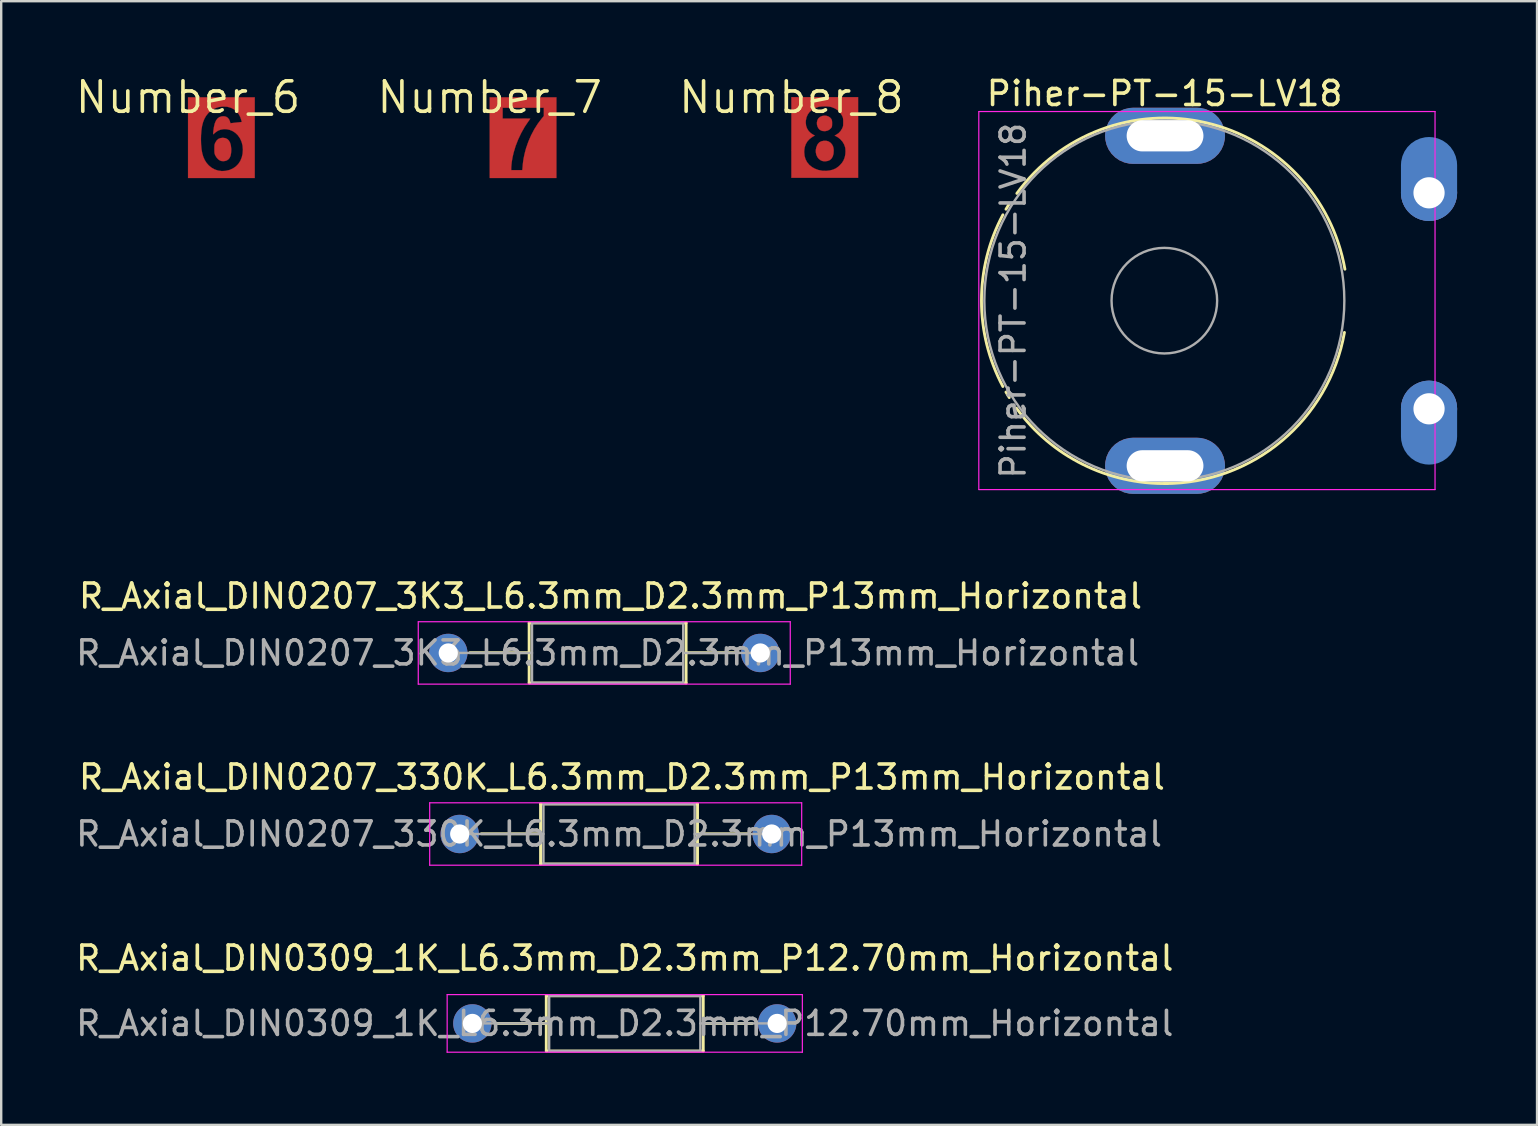
<source format=kicad_pcb>
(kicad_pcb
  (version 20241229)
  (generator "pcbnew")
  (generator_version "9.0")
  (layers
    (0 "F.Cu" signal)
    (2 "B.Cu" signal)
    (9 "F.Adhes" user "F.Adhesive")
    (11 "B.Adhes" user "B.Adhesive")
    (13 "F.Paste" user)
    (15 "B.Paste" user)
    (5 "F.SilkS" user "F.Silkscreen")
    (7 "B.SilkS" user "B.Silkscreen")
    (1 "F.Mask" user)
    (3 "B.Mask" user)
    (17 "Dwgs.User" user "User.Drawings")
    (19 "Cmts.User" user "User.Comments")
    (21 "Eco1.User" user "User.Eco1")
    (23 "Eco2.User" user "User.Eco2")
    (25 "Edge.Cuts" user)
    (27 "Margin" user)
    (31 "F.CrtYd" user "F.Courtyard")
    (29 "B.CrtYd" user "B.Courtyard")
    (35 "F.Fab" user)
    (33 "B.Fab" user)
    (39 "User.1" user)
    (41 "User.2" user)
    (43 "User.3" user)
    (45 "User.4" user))
  (footprint "Number_6"
    (layer "F.Cu")
    (at 4.785 1.006)
    (property "Reference" "Number_6" (at 0 0 0) (layer "F.SilkS") (effects (font (size 1.27 1.27) (thickness 0.15))))
    (attr smd board_only exclude_from_bom allow_missing_courtyard)
    (fp_poly (pts (xy 1.452 1.686) (xy 1.552 1.699) (xy 1.635 1.737) (xy 1.701 1.799) (xy 1.75 1.886) (xy 1.783 1.996) (xy 1.798 2.131) (xy 1.8 2.189) (xy 1.793 2.32) (xy 1.774 2.426) (xy 1.74 2.51) (xy 1.69 2.575) (xy 1.624 2.624) (xy 1.612 2.63) (xy 1.549 2.651) (xy 1.473 2.659) (xy 1.397 2.654) (xy 1.335 2.635) (xy 1.334 2.635) (xy 1.263 2.586) (xy 1.196 2.516) (xy 1.143 2.434) (xy 1.137 2.421) (xy 1.121 2.384) (xy 1.109 2.349) (xy 1.103 2.31) (xy 1.099 2.259) (xy 1.098 2.188) (xy 1.098 2.152) (xy 1.099 2.072) (xy 1.101 2.015) (xy 1.106 1.972) (xy 1.115 1.938) (xy 1.129 1.903) (xy 1.14 1.88) (xy 1.195 1.794) (xy 1.264 1.733) (xy 1.349 1.698) (xy 1.452 1.686) (xy 1.452 1.686)) (stroke (width 0.01) (type solid)) (fill yes) (layer "F.Cu"))
    (fp_poly (pts (xy 2.779 3.362) (xy 0 3.362) (xy 0 1.755) (xy 0.538 1.755) (xy 0.544 1.971) (xy 0.562 2.163) (xy 0.592 2.331) (xy 0.636 2.479) (xy 0.694 2.61) (xy 0.767 2.726) (xy 0.856 2.829) (xy 0.859 2.832) (xy 0.979 2.931) (xy 1.112 3.005) (xy 1.255 3.052) (xy 1.406 3.072) (xy 1.562 3.064) (xy 1.72 3.028) (xy 1.732 3.024) (xy 1.872 2.962) (xy 1.994 2.878) (xy 2.096 2.773) (xy 2.178 2.649) (xy 2.237 2.507) (xy 2.274 2.35) (xy 2.286 2.184) (xy 2.273 2.016) (xy 2.233 1.858) (xy 2.168 1.714) (xy 2.079 1.585) (xy 2.07 1.574) (xy 1.968 1.477) (xy 1.854 1.404) (xy 1.733 1.354) (xy 1.607 1.327) (xy 1.48 1.325) (xy 1.357 1.347) (xy 1.241 1.394) (xy 1.136 1.467) (xy 1.122 1.479) (xy 1.086 1.511) (xy 1.06 1.533) (xy 1.05 1.539) (xy 1.047 1.525) (xy 1.048 1.488) (xy 1.053 1.434) (xy 1.06 1.368) (xy 1.07 1.297) (xy 1.081 1.226) (xy 1.086 1.203) (xy 1.12 1.07) (xy 1.167 0.963) (xy 1.229 0.882) (xy 1.304 0.825) (xy 1.395 0.794) (xy 1.4 0.793) (xy 1.498 0.787) (xy 1.585 0.807) (xy 1.656 0.852) (xy 1.711 0.921) (xy 1.742 0.995) (xy 1.766 1.079) (xy 1.843 1.07) (xy 1.891 1.065) (xy 1.959 1.057) (xy 2.035 1.049) (xy 2.08 1.044) (xy 2.241 1.027) (xy 2.231 0.988) (xy 2.182 0.833) (xy 2.113 0.7) (xy 2.025 0.589) (xy 1.919 0.501) (xy 1.795 0.437) (xy 1.656 0.397) (xy 1.606 0.39) (xy 1.438 0.383) (xy 1.279 0.405) (xy 1.13 0.454) (xy 0.993 0.532) (xy 0.866 0.636) (xy 0.832 0.671) (xy 0.749 0.776) (xy 0.68 0.897) (xy 0.626 1.034) (xy 0.585 1.19) (xy 0.557 1.368) (xy 0.542 1.569) (xy 0.538 1.755) (xy 0 1.755) (xy 0 0) (xy 2.779 0) (xy 2.779 3.362)) (stroke (width 0.01) (type solid)) (fill yes) (layer "F.Cu")))
  (footprint "Number_7"
    (layer "F.Cu")
    (at 17.355 1.006)
    (property "Reference" "Number_7" (at 0 0 0) (layer "F.SilkS") (effects (font (size 1.27 1.27) (thickness 0.15))))
    (attr smd board_only exclude_from_bom allow_missing_courtyard)
    (fp_poly (pts (xy 2.779 3.362) (xy 0 3.362) (xy 0 0.433) (xy 0.538 0.433) (xy 0.538 0.882) (xy 1.113 0.882) (xy 1.241 0.882) (xy 1.359 0.882) (xy 1.464 0.883) (xy 1.552 0.884) (xy 1.621 0.886) (xy 1.667 0.887) (xy 1.688 0.889) (xy 1.688 0.889) (xy 1.68 0.904) (xy 1.658 0.936) (xy 1.626 0.981) (xy 1.608 1.005) (xy 1.453 1.235) (xy 1.312 1.487) (xy 1.186 1.753) (xy 1.08 2.026) (xy 0.997 2.299) (xy 0.95 2.503) (xy 0.931 2.612) (xy 0.915 2.723) (xy 0.904 2.828) (xy 0.897 2.918) (xy 0.896 2.954) (xy 0.896 3.033) (xy 1.357 3.033) (xy 1.366 2.955) (xy 1.371 2.898) (xy 1.377 2.828) (xy 1.382 2.764) (xy 1.394 2.662) (xy 1.414 2.54) (xy 1.441 2.408) (xy 1.473 2.272) (xy 1.508 2.143) (xy 1.517 2.112) (xy 1.611 1.843) (xy 1.725 1.581) (xy 1.857 1.33) (xy 2.005 1.097) (xy 2.164 0.887) (xy 2.168 0.882) (xy 2.256 0.777) (xy 2.256 0.433) (xy 0.538 0.433) (xy 0 0.433) (xy 0 0) (xy 2.779 0) (xy 2.779 3.362)) (stroke (width 0.01) (type solid)) (fill yes) (layer "F.Cu")))
  (footprint "R_Axial_DIN0207_330K_L6.3mm_D2.3mm_P13mm_Horizontal"
    (layer "F.Cu")
    (at 16.104 31.7)
    (property "Reference" "R_Axial_DIN0207_330K_L6.3mm_D2.3mm_P13mm_Horizontal" (at 6.76 -2.37 0) (layer "F.SilkS") (effects (font (size 1 1) (thickness 0.15))))
    (attr through_hole)
    (fp_circle (center 0 0) (end 1.2 0) (stroke (width 0) (type solid)) (fill yes) (layer "B.Mask"))
    (fp_circle (center 13 0) (end 14.2 0) (stroke (width 0) (type solid)) (fill yes) (layer "B.Mask"))
    (fp_line (start 0.9 -0.01) (end 3.37 -0.01) (stroke (width 0.12) (type solid)) (layer "F.SilkS"))
    (fp_line (start 3.37 -1.25) (end 3.37 1.25) (stroke (width 0.12) (type solid)) (layer "F.SilkS"))
    (fp_line (start 3.37 1.25) (end 9.91 1.25) (stroke (width 0.12) (type solid)) (layer "F.SilkS"))
    (fp_line (start 9.91 -1.25) (end 3.37 -1.25) (stroke (width 0.12) (type solid)) (layer "F.SilkS"))
    (fp_line (start 9.91 1.25) (end 9.91 -1.25) (stroke (width 0.12) (type solid)) (layer "F.SilkS"))
    (fp_line (start 12.1 -0.01) (end 9.91 -0.01) (stroke (width 0.12) (type solid)) (layer "F.SilkS"))
    (fp_line (start -1.25 -1.3) (end -1.25 1.3) (stroke (width 0.05) (type solid)) (layer "F.CrtYd"))
    (fp_line (start -1.25 1.3) (end 14.25 1.3) (stroke (width 0.05) (type solid)) (layer "F.CrtYd"))
    (fp_line (start 14.25 -1.3) (end -1.25 -1.3) (stroke (width 0.05) (type solid)) (layer "F.CrtYd"))
    (fp_line (start 14.25 1.3) (end 14.25 -1.3) (stroke (width 0.05) (type solid)) (layer "F.CrtYd"))
    (fp_line (start 0 0) (end 3.49 0) (stroke (width 0.1) (type solid)) (layer "F.Fab"))
    (fp_line (start 3.49 -1.25) (end 3.49 1.25) (stroke (width 0.1) (type solid)) (layer "F.Fab"))
    (fp_line (start 3.49 1.25) (end 9.79 1.25) (stroke (width 0.1) (type solid)) (layer "F.Fab"))
    (fp_line (start 9.79 -1.25) (end 3.49 -1.25) (stroke (width 0.1) (type solid)) (layer "F.Fab"))
    (fp_line (start 9.79 1.25) (end 9.79 -1.25) (stroke (width 0.1) (type solid)) (layer "F.Fab"))
    (fp_line (start 13 0) (end 9.79 0) (stroke (width 0.1) (type solid)) (layer "F.Fab"))
    (fp_text user "${REFERENCE}" (at 6.64 0 0) (layer "F.Fab") (effects (font (size 1 1) (thickness 0.15))))
    (pad "1" thru_hole circle (at 0 0) (size 1.6 1.6) (drill 0.8) (layers "*.Cu" "*.Mask"))
    (pad "2" thru_hole oval (at 13 0) (size 1.6 1.6) (drill 0.8) (layers "*.Cu" "*.Mask")))
  (footprint "Number_8"
    (layer "F.Cu")
    (at 29.925 1.006)
    (property "Reference" "Number_8" (at 0 0 0) (layer "F.SilkS") (effects (font (size 1.27 1.27) (thickness 0.15))))
    (attr smd board_only exclude_from_bom allow_missing_courtyard)
    (fp_poly (pts (xy 1.45 0.767) (xy 1.534 0.792) (xy 1.606 0.836) (xy 1.656 0.891) (xy 1.675 0.923) (xy 1.687 0.954) (xy 1.693 0.992) (xy 1.696 1.046) (xy 1.696 1.089) (xy 1.695 1.155) (xy 1.692 1.2) (xy 1.685 1.231) (xy 1.671 1.257) (xy 1.65 1.285) (xy 1.58 1.349) (xy 1.495 1.391) (xy 1.4 1.409) (xy 1.3 1.402) (xy 1.248 1.387) (xy 1.178 1.348) (xy 1.124 1.288) (xy 1.086 1.213) (xy 1.065 1.13) (xy 1.063 1.043) (xy 1.081 0.959) (xy 1.12 0.884) (xy 1.131 0.871) (xy 1.196 0.815) (xy 1.275 0.779) (xy 1.362 0.763) (xy 1.45 0.767)) (stroke (width 0.01) (type solid)) (fill yes) (layer "F.Cu"))
    (fp_poly (pts (xy 1.479 1.816) (xy 1.554 1.84) (xy 1.62 1.883) (xy 1.656 1.917) (xy 1.71 1.987) (xy 1.744 2.069) (xy 1.761 2.169) (xy 1.763 2.231) (xy 1.753 2.358) (xy 1.723 2.464) (xy 1.673 2.549) (xy 1.605 2.611) (xy 1.519 2.649) (xy 1.415 2.664) (xy 1.401 2.664) (xy 1.333 2.661) (xy 1.278 2.648) (xy 1.223 2.623) (xy 1.144 2.566) (xy 1.083 2.489) (xy 1.041 2.398) (xy 1.019 2.297) (xy 1.018 2.19) (xy 1.038 2.084) (xy 1.08 1.981) (xy 1.107 1.938) (xy 1.168 1.873) (xy 1.248 1.831) (xy 1.346 1.811) (xy 1.386 1.809) (xy 1.479 1.816)) (stroke (width 0.01) (type solid)) (fill yes) (layer "F.Cu"))
    (fp_poly (pts (xy 2.779 3.352) (xy 0 3.352) (xy 0 2.283) (xy 0.534 2.283) (xy 0.548 2.439) (xy 0.589 2.579) (xy 0.655 2.705) (xy 0.746 2.814) (xy 0.863 2.908) (xy 0.982 2.974) (xy 1.131 3.029) (xy 1.292 3.059) (xy 1.461 3.063) (xy 1.599 3.047) (xy 1.735 3.012) (xy 1.854 2.959) (xy 1.962 2.882) (xy 2.023 2.825) (xy 2.107 2.731) (xy 2.168 2.635) (xy 2.212 2.53) (xy 2.233 2.453) (xy 2.249 2.359) (xy 2.255 2.256) (xy 2.251 2.157) (xy 2.24 2.083) (xy 2.197 1.961) (xy 2.129 1.846) (xy 2.039 1.745) (xy 1.933 1.662) (xy 1.891 1.639) (xy 1.803 1.592) (xy 1.861 1.562) (xy 1.962 1.495) (xy 2.048 1.406) (xy 2.11 1.308) (xy 2.131 1.263) (xy 2.145 1.226) (xy 2.154 1.189) (xy 2.158 1.143) (xy 2.159 1.079) (xy 2.159 1.036) (xy 2.159 0.96) (xy 2.156 0.906) (xy 2.15 0.865) (xy 2.14 0.829) (xy 2.122 0.789) (xy 2.109 0.762) (xy 2.034 0.642) (xy 1.938 0.544) (xy 1.821 0.466) (xy 1.684 0.41) (xy 1.651 0.4) (xy 1.572 0.386) (xy 1.474 0.378) (xy 1.368 0.376) (xy 1.263 0.38) (xy 1.171 0.39) (xy 1.122 0.4) (xy 0.979 0.451) (xy 0.857 0.521) (xy 0.757 0.611) (xy 0.68 0.717) (xy 0.628 0.839) (xy 0.601 0.974) (xy 0.598 1.047) (xy 0.612 1.178) (xy 0.653 1.297) (xy 0.719 1.403) (xy 0.811 1.493) (xy 0.924 1.565) (xy 0.974 1.591) (xy 0.886 1.643) (xy 0.764 1.731) (xy 0.668 1.833) (xy 0.598 1.951) (xy 0.554 2.083) (xy 0.534 2.231) (xy 0.534 2.283) (xy 0 2.283) (xy 0 -0.01) (xy 2.779 -0.01) (xy 2.779 3.352)) (stroke (width 0.01) (type solid)) (fill yes) (layer "F.Cu")))
  (footprint "R_Axial_DIN0309_1K_L6.3mm_D2.3mm_P12.70mm_Horizontal"
    (layer "F.Cu")
    (at 16.632 39.593)
    (property "Reference" "R_Axial_DIN0309_1K_L6.3mm_D2.3mm_P12.70mm_Horizontal" (at 6.35 -2.72 180) (layer "F.SilkS") (effects (font (size 1 1) (thickness 0.15))))
    (attr through_hole)
    (fp_circle (center 0 0) (end 1.2 0) (stroke (width 0) (type solid)) (fill yes) (layer "B.Mask"))
    (fp_circle (center 12.7 0) (end 13.9 0) (stroke (width 0) (type solid)) (fill yes) (layer "B.Mask"))
    (fp_line (start 1.04 0) (end 3.08 0) (stroke (width 0.12) (type solid)) (layer "F.SilkS"))
    (fp_line (start 3.08 -1.15) (end 3.08 1.15) (stroke (width 0.12) (type solid)) (layer "F.SilkS"))
    (fp_line (start 3.08 1.15) (end 9.62 1.15) (stroke (width 0.12) (type solid)) (layer "F.SilkS"))
    (fp_line (start 9.62 -1.15) (end 3.08 -1.15) (stroke (width 0.12) (type solid)) (layer "F.SilkS"))
    (fp_line (start 9.62 1.15) (end 9.62 -1.15) (stroke (width 0.12) (type solid)) (layer "F.SilkS"))
    (fp_line (start 11.66 0) (end 9.62 0) (stroke (width 0.12) (type solid)) (layer "F.SilkS"))
    (fp_line (start -1.05 -1.2) (end -1.05 1.2) (stroke (width 0.05) (type solid)) (layer "F.CrtYd"))
    (fp_line (start -1.05 1.2) (end 13.75 1.2) (stroke (width 0.05) (type solid)) (layer "F.CrtYd"))
    (fp_line (start 13.75 -1.2) (end -1.05 -1.2) (stroke (width 0.05) (type solid)) (layer "F.CrtYd"))
    (fp_line (start 13.75 1.2) (end 13.75 -1.2) (stroke (width 0.05) (type solid)) (layer "F.CrtYd"))
    (fp_line (start 0 0) (end 3.2 0) (stroke (width 0.1) (type solid)) (layer "F.Fab"))
    (fp_line (start 3.2 -1.15) (end 3.2 1.15) (stroke (width 0.1) (type solid)) (layer "F.Fab"))
    (fp_line (start 3.2 1.15) (end 9.5 1.15) (stroke (width 0.1) (type solid)) (layer "F.Fab"))
    (fp_line (start 9.5 -1.15) (end 3.2 -1.15) (stroke (width 0.1) (type solid)) (layer "F.Fab"))
    (fp_line (start 9.5 1.15) (end 9.5 -1.15) (stroke (width 0.1) (type solid)) (layer "F.Fab"))
    (fp_line (start 12.7 0) (end 9.5 0) (stroke (width 0.1) (type solid)) (layer "F.Fab"))
    (fp_text user "${REFERENCE}" (at 6.35 0 180) (layer "F.Fab") (effects (font (size 1 1) (thickness 0.15))))
    (pad "1" thru_hole circle (at 0 0) (size 1.6 1.6) (drill 0.8) (layers "*.Cu" "*.Mask"))
    (pad "2" thru_hole oval (at 12.7 0) (size 1.6 1.6) (drill 0.8) (layers "*.Cu" "*.Mask")))
  (footprint "Piher-PT-15-LV18"
    (layer "F.Cu")
    (at 45.494 16.359)
    (property "Reference" "Piher-PT-15-LV18" (at -0.019 -15.511 0) (layer "F.SilkS") (effects (font (size 1 1) (thickness 0.15))))
    (attr through_hole)
    (fp_rect (start -1.3 -12.15) (end 1.36 -15.35) (stroke (width 0) (type solid)) (fill yes) (layer "B.Mask"))
    (fp_rect (start -1.3 1.58) (end 1.36 -1.62) (stroke (width 0) (type solid)) (fill yes) (layer "B.Mask"))
    (fp_rect (start 9.5 -12.56) (end 12.5 -11.375) (stroke (width 0) (type solid)) (fill yes) (layer "B.Mask"))
    (fp_rect (start 9.5 -2.375) (end 12.5 -1.19) (stroke (width 0) (type solid)) (fill yes) (layer "B.Mask"))
    (fp_circle (center -1.3 -13.75) (end 0.3 -13.75) (stroke (width 0) (type solid)) (fill yes) (layer "B.Mask"))
    (fp_circle (center -1.3 -0.02) (end 0.3 -0.02) (stroke (width 0) (type solid)) (fill yes) (layer "B.Mask"))
    (fp_circle (center 1.36 -13.75) (end 2.96 -13.75) (stroke (width 0) (type solid)) (fill yes) (layer "B.Mask"))
    (fp_circle (center 1.36 -0.02) (end 2.96 -0.02) (stroke (width 0) (type solid)) (fill yes) (layer "B.Mask"))
    (fp_circle (center 11 -12.56) (end 12.5 -12.56) (stroke (width 0) (type solid)) (fill yes) (layer "B.Mask"))
    (fp_circle (center 11 -11.375) (end 12.5 -11.375) (stroke (width 0) (type solid)) (fill yes) (layer "B.Mask"))
    (fp_circle (center 11 -2.375) (end 12.5 -2.375) (stroke (width 0) (type solid)) (fill yes) (layer "B.Mask"))
    (fp_circle (center 11 -1.19) (end 12.5 -1.19) (stroke (width 0) (type solid)) (fill yes) (layer "B.Mask"))
    (fp_arc (start -6.757187 -3.304357) (mid -7.648558 -6.881552) (end -6.7562 -10.458501) (stroke (width 0.12) (type solid)) (layer "F.SilkS"))
    (fp_arc (start -6.627188 -10.690556) (mid -6.559689 -10.805127) (end -6.4902 -10.918501) (stroke (width 0.12) (type solid)) (layer "F.SilkS"))
    (fp_arc (start -6.491248 -2.84352) (mid -6.560719 -2.956913) (end -6.6282 -3.071501) (stroke (width 0.12) (type solid)) (layer "F.SilkS"))
    (fp_arc (start -6.174378 -11.350308) (mid 1.70553 -14.294936) (end 7.495 -8.192001) (stroke (width 0.12) (type solid)) (layer "F.SilkS"))
    (fp_arc (start 0.102864 0.738047) (mid -3.429912 -0.061786) (end -6.1942 -2.402501) (stroke (width 0.12) (type solid)) (layer "F.SilkS"))
    (fp_arc (start 7.475035 -5.557302) (mid 4.868842 -1.043242) (end -0.0292 0.739499) (stroke (width 0.12) (type solid)) (layer "F.SilkS"))
    (fp_line (start -7.76 -14.761) (end -7.76 0.99) (stroke (width 0.05) (type solid)) (layer "F.CrtYd"))
    (fp_line (start -7.75 0.99) (end 11.25 0.99) (stroke (width 0.05) (type solid)) (layer "F.CrtYd"))
    (fp_line (start 11.25 -14.761) (end -7.75 -14.761) (stroke (width 0.05) (type solid)) (layer "F.CrtYd"))
    (fp_line (start 11.25 0.99) (end 11.25 -14.761) (stroke (width 0.05) (type solid)) (layer "F.CrtYd"))
    (fp_circle (center -0.029 -6.881) (end 2.171 -6.881) (stroke (width 0.1) (type solid)) (fill no) (layer "F.Fab"))
    (fp_circle (center -0.029 -6.881) (end 7.471 -6.881) (stroke (width 0.1) (type solid)) (fill no) (layer "F.Fab"))
    (fp_text user "${REFERENCE}" (at -6.329 -6.881 90) (layer "F.Fab") (effects (font (size 1 1) (thickness 0.15))))
    (pad "1" thru_hole circle (at 11 -2.375) (size 2.34 2.34) (drill 1.3) (layers "*.Cu" "*.Mask"))
    (pad "1" smd roundrect (at 11 -1.8) (size 2.34 3.5) (layers "B.Cu") (roundrect_rratio 0.5))
    (pad "2" thru_hole roundrect (at 0 -13.75) (size 5 2.34) (drill oval 3.2 1.3) (layers "*.Cu" "F.Mask") (roundrect_rratio 0.5))
    (pad "2" thru_hole roundrect (at 0 0) (size 5 2.34) (drill oval 3.2 1.3) (layers "*.Cu" "F.Mask") (roundrect_rratio 0.5))
    (pad "3" smd roundrect (at 11 -11.95) (size 2.34 3.5) (layers "B.Cu") (roundrect_rratio 0.5))
    (pad "3" thru_hole circle (at 11 -11.375) (size 2.34 2.34) (drill 1.3) (layers "*.Cu" "*.Mask")))
  (footprint "R_Axial_DIN0207_3K3_L6.3mm_D2.3mm_P13mm_Horizontal"
    (layer "F.Cu")
    (at 15.628 24.157)
    (property "Reference" "R_Axial_DIN0207_3K3_L6.3mm_D2.3mm_P13mm_Horizontal" (at 6.76 -2.37 0) (layer "F.SilkS") (effects (font (size 1 1) (thickness 0.15))))
    (attr through_hole)
    (fp_circle (center 0 0) (end 1.2 0) (stroke (width 0) (type solid)) (fill yes) (layer "B.Mask"))
    (fp_circle (center 13 0) (end 14.2 0) (stroke (width 0) (type solid)) (fill yes) (layer "B.Mask"))
    (fp_line (start 0.9 -0.01) (end 3.37 -0.01) (stroke (width 0.12) (type solid)) (layer "F.SilkS"))
    (fp_line (start 3.37 -1.25) (end 3.37 1.25) (stroke (width 0.12) (type solid)) (layer "F.SilkS"))
    (fp_line (start 3.37 1.25) (end 9.91 1.25) (stroke (width 0.12) (type solid)) (layer "F.SilkS"))
    (fp_line (start 9.91 -1.25) (end 3.37 -1.25) (stroke (width 0.12) (type solid)) (layer "F.SilkS"))
    (fp_line (start 9.91 1.25) (end 9.91 -1.25) (stroke (width 0.12) (type solid)) (layer "F.SilkS"))
    (fp_line (start 12.1 -0.01) (end 9.91 -0.01) (stroke (width 0.12) (type solid)) (layer "F.SilkS"))
    (fp_line (start -1.25 -1.3) (end -1.25 1.3) (stroke (width 0.05) (type solid)) (layer "F.CrtYd"))
    (fp_line (start -1.25 1.3) (end 14.25 1.3) (stroke (width 0.05) (type solid)) (layer "F.CrtYd"))
    (fp_line (start 14.25 -1.3) (end -1.25 -1.3) (stroke (width 0.05) (type solid)) (layer "F.CrtYd"))
    (fp_line (start 14.25 1.3) (end 14.25 -1.3) (stroke (width 0.05) (type solid)) (layer "F.CrtYd"))
    (fp_line (start 0 0) (end 3.49 0) (stroke (width 0.1) (type solid)) (layer "F.Fab"))
    (fp_line (start 3.49 -1.25) (end 3.49 1.25) (stroke (width 0.1) (type solid)) (layer "F.Fab"))
    (fp_line (start 3.49 1.25) (end 9.79 1.25) (stroke (width 0.1) (type solid)) (layer "F.Fab"))
    (fp_line (start 9.79 -1.25) (end 3.49 -1.25) (stroke (width 0.1) (type solid)) (layer "F.Fab"))
    (fp_line (start 9.79 1.25) (end 9.79 -1.25) (stroke (width 0.1) (type solid)) (layer "F.Fab"))
    (fp_line (start 13 0) (end 9.79 0) (stroke (width 0.1) (type solid)) (layer "F.Fab"))
    (fp_text user "${REFERENCE}" (at 6.64 0 0) (layer "F.Fab") (effects (font (size 1 1) (thickness 0.15))))
    (pad "1" thru_hole circle (at 0 0) (size 1.6 1.6) (drill 0.8) (layers "*.Cu" "*.Mask"))
    (pad "2" thru_hole oval (at 13 0) (size 1.6 1.6) (drill 0.8) (layers "*.Cu" "*.Mask")))
  (gr_rect
    (start -3 -3)
    (end 60.994 43.819)
    (stroke (width 0.1) (type default))
    (fill no)
    (layer "Edge.Cuts")))
</source>
